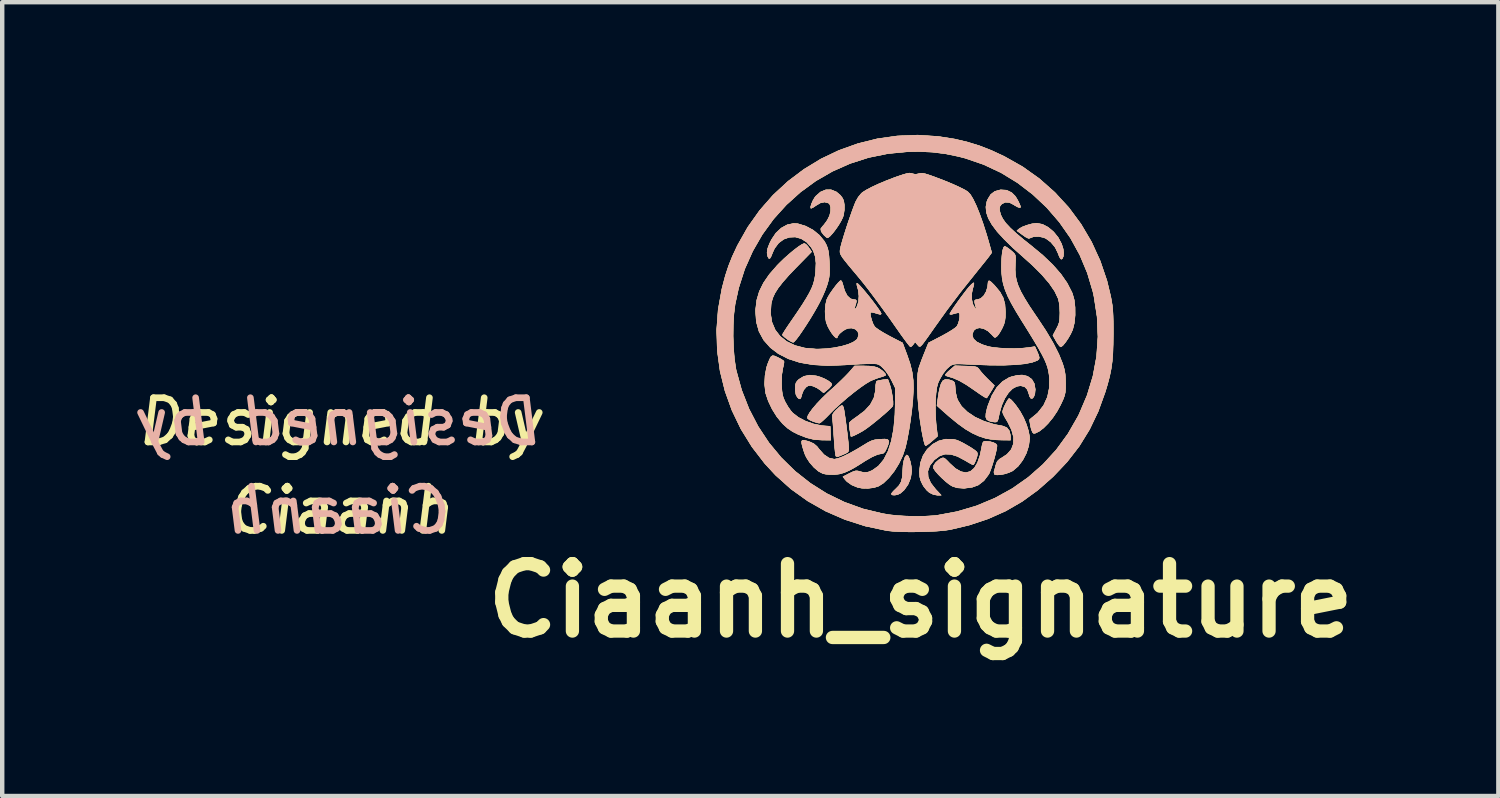
<source format=kicad_pcb>
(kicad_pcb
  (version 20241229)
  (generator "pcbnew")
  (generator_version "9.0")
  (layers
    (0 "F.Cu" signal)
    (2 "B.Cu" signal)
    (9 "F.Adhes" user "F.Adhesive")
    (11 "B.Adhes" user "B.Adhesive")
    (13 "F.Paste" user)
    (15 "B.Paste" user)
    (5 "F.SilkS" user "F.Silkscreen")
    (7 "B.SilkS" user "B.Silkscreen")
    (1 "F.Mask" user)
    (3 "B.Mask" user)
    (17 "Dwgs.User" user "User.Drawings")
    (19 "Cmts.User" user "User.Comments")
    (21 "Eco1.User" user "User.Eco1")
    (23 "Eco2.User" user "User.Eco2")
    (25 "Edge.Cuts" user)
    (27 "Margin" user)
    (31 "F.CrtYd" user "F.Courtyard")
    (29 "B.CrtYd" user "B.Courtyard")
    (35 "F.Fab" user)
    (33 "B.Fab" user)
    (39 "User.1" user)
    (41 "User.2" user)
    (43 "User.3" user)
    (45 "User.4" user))
  (footprint "Ciaanh_signature"
    (layer "F.Cu")
    (at 17.634 4.486)
    (property "Reference" "Ciaanh_signature" (at 0.13 6.04 0) (layer "F.SilkS") (effects (font (size 1.524 1.524) (thickness 0.3))))
    (attr through_hole)
    (fp_poly (pts (xy -0.16 2.765) (xy -0.133 2.819) (xy -0.107 2.898) (xy -0.088 2.991) (xy -0.077 3.086) (xy -0.076 3.117) (xy -0.098 3.268) (xy -0.158 3.416) (xy -0.248 3.543) (xy -0.33 3.614) (xy -0.388 3.642) (xy -0.453 3.656) (xy -0.507 3.654) (xy -0.533 3.635) (xy -0.533 3.631) (xy -0.516 3.6) (xy -0.471 3.552) (xy -0.443 3.526) (xy -0.362 3.443) (xy -0.312 3.358) (xy -0.286 3.254) (xy -0.277 3.119) (xy -0.27 2.99) (xy -0.251 2.879) (xy -0.224 2.796) (xy -0.192 2.753) (xy -0.185 2.75) (xy -0.16 2.765)) (stroke (width 0.01) (type solid)) (fill yes) (layer "F.SilkS"))
    (fp_poly (pts (xy 2.883 -2.464) (xy 3.011 -2.397) (xy 3.131 -2.296) (xy 3.234 -2.17) (xy 3.312 -2.025) (xy 3.349 -1.908) (xy 3.36 -1.82) (xy 3.353 -1.743) (xy 3.331 -1.691) (xy 3.305 -1.676) (xy 3.284 -1.698) (xy 3.256 -1.755) (xy 3.24 -1.8) (xy 3.172 -1.942) (xy 3.075 -2.061) (xy 2.96 -2.146) (xy 2.907 -2.168) (xy 2.793 -2.192) (xy 2.686 -2.188) (xy 2.604 -2.158) (xy 2.598 -2.153) (xy 2.561 -2.15) (xy 2.497 -2.182) (xy 2.436 -2.225) (xy 2.305 -2.321) (xy 2.361 -2.367) (xy 2.432 -2.407) (xy 2.533 -2.445) (xy 2.642 -2.475) (xy 2.739 -2.488) (xy 2.754 -2.489) (xy 2.883 -2.464)) (stroke (width 0.01) (type solid)) (fill yes) (layer "F.SilkS"))
    (fp_poly (pts (xy -2.226 0.963) (xy -2.129 0.992) (xy -2.034 1.033) (xy -1.953 1.079) (xy -1.897 1.123) (xy -1.88 1.155) (xy -1.898 1.191) (xy -1.944 1.242) (xy -1.973 1.267) (xy -2.066 1.344) (xy -2.137 1.284) (xy -2.213 1.233) (xy -2.298 1.194) (xy -2.301 1.193) (xy -2.368 1.176) (xy -2.416 1.184) (xy -2.46 1.212) (xy -2.518 1.28) (xy -2.553 1.366) (xy -2.576 1.446) (xy -2.597 1.481) (xy -2.623 1.477) (xy -2.657 1.445) (xy -2.689 1.388) (xy -2.704 1.303) (xy -2.705 1.253) (xy -2.702 1.167) (xy -2.686 1.112) (xy -2.65 1.066) (xy -2.624 1.041) (xy -2.51 0.971) (xy -2.375 0.945) (xy -2.226 0.963)) (stroke (width 0.01) (type solid)) (fill yes) (layer "F.SilkS"))
    (fp_poly (pts (xy 1.153 0.741) (xy 1.268 0.745) (xy 1.344 0.752) (xy 1.392 0.763) (xy 1.422 0.782) (xy 1.448 0.812) (xy 1.457 0.826) (xy 1.502 0.881) (xy 1.569 0.956) (xy 1.646 1.035) (xy 1.653 1.041) (xy 1.795 1.181) (xy 1.714 1.315) (xy 1.67 1.387) (xy 1.635 1.441) (xy 1.62 1.461) (xy 1.596 1.452) (xy 1.539 1.418) (xy 1.459 1.365) (xy 1.362 1.297) (xy 1.356 1.293) (xy 1.161 1.16) (xy 0.994 1.064) (xy 0.849 1.002) (xy 0.768 0.979) (xy 0.712 0.961) (xy 0.686 0.942) (xy 0.686 0.94) (xy 0.704 0.913) (xy 0.75 0.865) (xy 0.794 0.826) (xy 0.902 0.733) (xy 1.153 0.741)) (stroke (width 0.01) (type solid)) (fill yes) (layer "F.SilkS"))
    (fp_poly (pts (xy -1.636 1.637) (xy -1.619 1.671) (xy -1.615 1.683) (xy -1.604 1.736) (xy -1.59 1.828) (xy -1.572 1.948) (xy -1.554 2.084) (xy -1.536 2.225) (xy -1.52 2.359) (xy -1.508 2.474) (xy -1.5 2.56) (xy -1.499 2.594) (xy -1.499 2.636) (xy -1.506 2.666) (xy -1.528 2.691) (xy -1.574 2.716) (xy -1.651 2.749) (xy -1.744 2.786) (xy -1.782 2.78) (xy -1.789 2.771) (xy -1.796 2.738) (xy -1.806 2.663) (xy -1.816 2.557) (xy -1.826 2.429) (xy -1.83 2.369) (xy -1.839 2.229) (xy -1.849 2.101) (xy -1.857 1.995) (xy -1.864 1.925) (xy -1.865 1.91) (xy -1.867 1.855) (xy -1.848 1.808) (xy -1.8 1.752) (xy -1.774 1.726) (xy -1.705 1.662) (xy -1.662 1.633) (xy -1.636 1.637)) (stroke (width 0.01) (type solid)) (fill yes) (layer "F.SilkS"))
    (fp_poly (pts (xy 0.765 1.048) (xy 0.828 1.067) (xy 0.87 1.085) (xy 0.893 1.113) (xy 0.904 1.163) (xy 0.91 1.247) (xy 0.922 1.352) (xy 0.946 1.456) (xy 0.964 1.507) (xy 1.051 1.649) (xy 1.184 1.778) (xy 1.354 1.892) (xy 1.558 1.986) (xy 1.79 2.058) (xy 1.987 2.096) (xy 2.076 2.132) (xy 2.134 2.207) (xy 2.158 2.314) (xy 2.159 2.336) (xy 2.159 2.413) (xy 1.949 2.411) (xy 1.828 2.406) (xy 1.705 2.392) (xy 1.606 2.374) (xy 1.6 2.373) (xy 1.447 2.323) (xy 1.296 2.254) (xy 1.138 2.161) (xy 0.969 2.039) (xy 0.78 1.884) (xy 0.636 1.758) (xy 0.498 1.633) (xy 0.525 1.432) (xy 0.543 1.322) (xy 0.567 1.218) (xy 0.59 1.142) (xy 0.592 1.137) (xy 0.632 1.07) (xy 0.686 1.042) (xy 0.765 1.048)) (stroke (width 0.01) (type solid)) (fill yes) (layer "F.SilkS"))
    (fp_poly (pts (xy 2.523 0.965) (xy 2.552 0.976) (xy 2.64 1.039) (xy 2.697 1.138) (xy 2.718 1.264) (xy 2.718 1.27) (xy 2.709 1.365) (xy 2.685 1.433) (xy 2.654 1.468) (xy 2.621 1.468) (xy 2.592 1.426) (xy 2.579 1.378) (xy 2.541 1.269) (xy 2.478 1.204) (xy 2.388 1.183) (xy 2.303 1.196) (xy 2.206 1.247) (xy 2.113 1.341) (xy 2.029 1.469) (xy 1.96 1.625) (xy 1.91 1.799) (xy 1.902 1.837) (xy 1.884 1.927) (xy 1.867 1.978) (xy 1.846 2) (xy 1.813 2.005) (xy 1.805 2.005) (xy 1.73 1.994) (xy 1.67 1.977) (xy 1.624 1.947) (xy 1.602 1.894) (xy 1.605 1.813) (xy 1.631 1.697) (xy 1.652 1.628) (xy 1.74 1.405) (xy 1.849 1.225) (xy 1.979 1.09) (xy 2.128 1) (xy 2.187 0.98) (xy 2.319 0.948) (xy 2.426 0.943) (xy 2.523 0.965)) (stroke (width 0.01) (type solid)) (fill yes) (layer "F.SilkS"))
    (fp_poly (pts (xy -1.779 -3.198) (xy -1.686 -3.12) (xy -1.639 -3.056) (xy -1.612 -2.997) (xy -1.598 -2.903) (xy -1.599 -2.788) (xy -1.615 -2.678) (xy -1.63 -2.629) (xy -1.671 -2.543) (xy -1.728 -2.447) (xy -1.794 -2.351) (xy -1.86 -2.265) (xy -1.92 -2.199) (xy -1.967 -2.163) (xy -1.98 -2.159) (xy -2.007 -2.176) (xy -2.052 -2.217) (xy -2.065 -2.23) (xy -2.12 -2.304) (xy -2.129 -2.364) (xy -2.091 -2.416) (xy -2.053 -2.458) (xy -2.004 -2.524) (xy -1.977 -2.564) (xy -1.929 -2.662) (xy -1.905 -2.763) (xy -1.904 -2.853) (xy -1.927 -2.921) (xy -1.954 -2.946) (xy -2.042 -2.97) (xy -2.136 -2.951) (xy -2.234 -2.894) (xy -2.296 -2.852) (xy -2.341 -2.83) (xy -2.354 -2.829) (xy -2.357 -2.863) (xy -2.339 -2.925) (xy -2.307 -2.999) (xy -2.266 -3.069) (xy -2.243 -3.1) (xy -2.135 -3.195) (xy -2.017 -3.244) (xy -1.896 -3.245) (xy -1.779 -3.198)) (stroke (width 0.01) (type solid)) (fill yes) (layer "F.SilkS"))
    (fp_poly (pts (xy -0.575 1.146) (xy -0.549 1.231) (xy -0.527 1.333) (xy -0.509 1.44) (xy -0.498 1.537) (xy -0.497 1.61) (xy -0.503 1.641) (xy -0.535 1.678) (xy -0.599 1.74) (xy -0.685 1.817) (xy -0.786 1.903) (xy -0.892 1.991) (xy -0.995 2.073) (xy -1.086 2.141) (xy -1.156 2.189) (xy -1.161 2.193) (xy -1.254 2.246) (xy -1.338 2.29) (xy -1.404 2.32) (xy -1.443 2.33) (xy -1.448 2.327) (xy -1.452 2.299) (xy -1.463 2.238) (xy -1.472 2.188) (xy -1.484 2.107) (xy -1.487 2.043) (xy -1.483 2.022) (xy -1.456 1.991) (xy -1.398 1.944) (xy -1.32 1.889) (xy -1.309 1.882) (xy -1.134 1.749) (xy -1.007 1.609) (xy -0.927 1.457) (xy -0.892 1.292) (xy -0.89 1.24) (xy -0.885 1.159) (xy -0.875 1.1) (xy -0.866 1.081) (xy -0.828 1.069) (xy -0.76 1.056) (xy -0.729 1.051) (xy -0.616 1.035) (xy -0.575 1.146)) (stroke (width 0.01) (type solid)) (fill yes) (layer "F.SilkS"))
    (fp_poly (pts (xy -1.029 0.741) (xy -0.923 0.754) (xy -0.854 0.772) (xy -0.788 0.809) (xy -0.724 0.858) (xy -0.676 0.908) (xy -0.66 0.942) (xy -0.683 0.957) (xy -0.739 0.978) (xy -0.778 0.989) (xy -0.875 1.02) (xy -0.979 1.062) (xy -1.015 1.079) (xy -1.114 1.138) (xy -1.24 1.225) (xy -1.382 1.333) (xy -1.531 1.453) (xy -1.676 1.579) (xy -1.81 1.701) (xy -1.916 1.807) (xy -2 1.894) (xy -2.075 1.965) (xy -2.131 2.013) (xy -2.162 2.03) (xy -2.162 2.03) (xy -2.206 2.021) (xy -2.276 2) (xy -2.307 1.989) (xy -2.376 1.959) (xy -2.422 1.927) (xy -2.43 1.915) (xy -2.423 1.869) (xy -2.382 1.796) (xy -2.312 1.701) (xy -2.218 1.591) (xy -2.103 1.47) (xy -1.974 1.345) (xy -1.907 1.284) (xy -1.791 1.18) (xy -1.679 1.074) (xy -1.58 0.977) (xy -1.506 0.9) (xy -1.484 0.876) (xy -1.365 0.737) (xy -1.152 0.737) (xy -1.029 0.741)) (stroke (width 0.01) (type solid)) (fill yes) (layer "F.SilkS"))
    (fp_poly (pts (xy 1.694 2.448) (xy 1.777 2.471) (xy 1.835 2.504) (xy 1.854 2.538) (xy 1.846 2.606) (xy 1.824 2.707) (xy 1.792 2.827) (xy 1.755 2.951) (xy 1.717 3.064) (xy 1.683 3.153) (xy 1.665 3.187) (xy 1.557 3.33) (xy 1.428 3.429) (xy 1.296 3.477) (xy 1.112 3.502) (xy 0.956 3.491) (xy 0.847 3.456) (xy 0.781 3.416) (xy 0.698 3.351) (xy 0.61 3.271) (xy 0.527 3.188) (xy 0.461 3.112) (xy 0.422 3.053) (xy 0.417 3.043) (xy 0.424 2.987) (xy 0.468 2.922) (xy 0.539 2.86) (xy 0.586 2.831) (xy 0.622 2.816) (xy 0.652 2.817) (xy 0.689 2.841) (xy 0.743 2.894) (xy 0.783 2.937) (xy 0.916 3.057) (xy 1.039 3.127) (xy 1.152 3.149) (xy 1.253 3.122) (xy 1.341 3.047) (xy 1.414 2.925) (xy 1.472 2.756) (xy 1.5 2.623) (xy 1.518 2.528) (xy 1.534 2.473) (xy 1.553 2.447) (xy 1.582 2.439) (xy 1.598 2.439) (xy 1.694 2.448)) (stroke (width 0.01) (type solid)) (fill yes) (layer "F.SilkS"))
    (fp_poly (pts (xy 2.164 1.494) (xy 2.217 1.549) (xy 2.283 1.631) (xy 2.354 1.732) (xy 2.38 1.772) (xy 2.455 1.907) (xy 2.518 2.057) (xy 2.565 2.206) (xy 2.589 2.337) (xy 2.591 2.377) (xy 2.571 2.54) (xy 2.517 2.708) (xy 2.435 2.866) (xy 2.332 3.002) (xy 2.215 3.102) (xy 2.199 3.112) (xy 2.119 3.148) (xy 2.026 3.177) (xy 1.932 3.195) (xy 1.853 3.199) (xy 1.803 3.189) (xy 1.794 3.18) (xy 1.786 3.134) (xy 1.789 3.12) (xy 1.803 3.075) (xy 1.822 3.004) (xy 1.828 2.978) (xy 1.86 2.896) (xy 1.912 2.844) (xy 1.938 2.829) (xy 2.081 2.736) (xy 2.178 2.625) (xy 2.227 2.496) (xy 2.23 2.349) (xy 2.185 2.183) (xy 2.094 1.998) (xy 2.061 1.944) (xy 2.017 1.868) (xy 1.988 1.803) (xy 1.981 1.772) (xy 1.992 1.725) (xy 2.018 1.658) (xy 2.054 1.584) (xy 2.09 1.519) (xy 2.119 1.479) (xy 2.13 1.473) (xy 2.164 1.494)) (stroke (width 0.01) (type solid)) (fill yes) (layer "F.SilkS"))
    (fp_poly (pts (xy -3.173 0.512) (xy -3.106 0.543) (xy -3.098 0.546) (xy -3.027 0.585) (xy -2.977 0.616) (xy -2.963 0.629) (xy -2.962 0.662) (xy -2.974 0.728) (xy -2.988 0.788) (xy -3.013 0.941) (xy -3.017 1.139) (xy -3.016 1.168) (xy -3.009 1.292) (xy -2.997 1.382) (xy -2.976 1.458) (xy -2.942 1.536) (xy -2.928 1.563) (xy -2.873 1.658) (xy -2.81 1.748) (xy -2.765 1.8) (xy -2.636 1.9) (xy -2.473 1.985) (xy -2.291 2.049) (xy -2.104 2.087) (xy -2.057 2.091) (xy -1.918 2.101) (xy -1.903 2.413) (xy -2.101 2.412) (xy -2.279 2.399) (xy -2.44 2.361) (xy -2.464 2.352) (xy -2.632 2.287) (xy -2.764 2.221) (xy -2.876 2.145) (xy -2.982 2.05) (xy -3.001 2.03) (xy -3.119 1.887) (xy -3.227 1.714) (xy -3.315 1.53) (xy -3.374 1.354) (xy -3.379 1.328) (xy -3.398 1.151) (xy -3.389 0.958) (xy -3.355 0.773) (xy -3.326 0.686) (xy -3.286 0.586) (xy -3.253 0.527) (xy -3.219 0.505) (xy -3.173 0.512)) (stroke (width 0.01) (type solid)) (fill yes) (layer "F.SilkS"))
    (fp_poly (pts (xy 0.864 2.396) (xy 0.937 2.412) (xy 1.002 2.438) (xy 1.09 2.482) (xy 1.187 2.537) (xy 1.281 2.594) (xy 1.356 2.645) (xy 1.398 2.681) (xy 1.412 2.716) (xy 1.405 2.772) (xy 1.382 2.844) (xy 1.353 2.915) (xy 1.328 2.962) (xy 1.316 2.972) (xy 1.286 2.959) (xy 1.226 2.927) (xy 1.146 2.88) (xy 1.13 2.87) (xy 0.959 2.78) (xy 0.81 2.733) (xy 0.678 2.729) (xy 0.558 2.769) (xy 0.445 2.852) (xy 0.429 2.867) (xy 0.334 2.989) (xy 0.29 3.116) (xy 0.297 3.246) (xy 0.354 3.381) (xy 0.462 3.52) (xy 0.463 3.522) (xy 0.592 3.658) (xy 0.503 3.658) (xy 0.417 3.642) (xy 0.332 3.602) (xy 0.328 3.6) (xy 0.265 3.543) (xy 0.201 3.463) (xy 0.172 3.415) (xy 0.132 3.33) (xy 0.11 3.249) (xy 0.103 3.146) (xy 0.102 3.111) (xy 0.124 2.928) (xy 0.184 2.763) (xy 0.277 2.622) (xy 0.398 2.509) (xy 0.54 2.431) (xy 0.697 2.392) (xy 0.864 2.396)) (stroke (width 0.01) (type solid)) (fill yes) (layer "F.SilkS"))
    (fp_poly (pts (xy -0.616 2.402) (xy -0.592 2.437) (xy -0.603 2.502) (xy -0.636 2.588) (xy -0.675 2.667) (xy -0.711 2.707) (xy -0.749 2.718) (xy -0.844 2.736) (xy -0.971 2.792) (xy -1.129 2.883) (xy -1.175 2.913) (xy -1.344 3.019) (xy -1.483 3.096) (xy -1.601 3.148) (xy -1.707 3.178) (xy -1.811 3.191) (xy -1.828 3.192) (xy -1.931 3.191) (xy -2.027 3.181) (xy -2.083 3.168) (xy -2.18 3.117) (xy -2.282 3.03) (xy -2.378 2.921) (xy -2.455 2.802) (xy -2.488 2.73) (xy -2.521 2.634) (xy -2.547 2.545) (xy -2.558 2.496) (xy -2.562 2.444) (xy -2.548 2.418) (xy -2.507 2.416) (xy -2.43 2.437) (xy -2.377 2.454) (xy -2.288 2.495) (xy -2.216 2.557) (xy -2.168 2.618) (xy -2.059 2.742) (xy -1.944 2.818) (xy -1.826 2.845) (xy -1.822 2.845) (xy -1.74 2.829) (xy -1.624 2.784) (xy -1.476 2.712) (xy -1.303 2.615) (xy -1.163 2.53) (xy -1.061 2.468) (xy -0.983 2.43) (xy -0.911 2.408) (xy -0.828 2.397) (xy -0.788 2.394) (xy -0.68 2.39) (xy -0.616 2.402)) (stroke (width 0.01) (type solid)) (fill yes) (layer "F.SilkS"))
    (fp_poly (pts (xy -2.649 -2.478) (xy -2.472 -2.424) (xy -2.305 -2.335) (xy -2.16 -2.217) (xy -2.048 -2.08) (xy -2.004 -1.998) (xy -1.975 -1.923) (xy -1.956 -1.84) (xy -1.944 -1.735) (xy -1.936 -1.595) (xy -1.935 -1.58) (xy -1.932 -1.446) (xy -1.934 -1.344) (xy -1.944 -1.259) (xy -1.964 -1.173) (xy -1.99 -1.085) (xy -2.031 -0.974) (xy -2.089 -0.839) (xy -2.157 -0.7) (xy -2.207 -0.606) (xy -2.288 -0.465) (xy -2.374 -0.322) (xy -2.462 -0.184) (xy -2.546 -0.057) (xy -2.621 0.052) (xy -2.685 0.136) (xy -2.731 0.188) (xy -2.753 0.203) (xy -2.791 0.189) (xy -2.853 0.153) (xy -2.892 0.127) (xy -2.952 0.08) (xy -2.99 0.044) (xy -2.997 0.032) (xy -2.983 0.005) (xy -2.946 -0.055) (xy -2.89 -0.141) (xy -2.821 -0.242) (xy -2.804 -0.267) (xy -2.662 -0.474) (xy -2.547 -0.647) (xy -2.457 -0.792) (xy -2.387 -0.914) (xy -2.334 -1.021) (xy -2.297 -1.117) (xy -2.272 -1.21) (xy -2.255 -1.306) (xy -2.244 -1.409) (xy -2.237 -1.589) (xy -2.253 -1.734) (xy -2.294 -1.858) (xy -2.341 -1.941) (xy -2.447 -2.063) (xy -2.571 -2.142) (xy -2.704 -2.179) (xy -2.839 -2.174) (xy -2.968 -2.129) (xy -3.082 -2.045) (xy -3.175 -1.922) (xy -3.217 -1.831) (xy -3.253 -1.741) (xy -3.28 -1.696) (xy -3.302 -1.694) (xy -3.324 -1.731) (xy -3.328 -1.74) (xy -3.343 -1.82) (xy -3.331 -1.913) (xy -3.288 -2.027) (xy -3.244 -2.116) (xy -3.144 -2.266) (xy -3.022 -2.38) (xy -2.887 -2.454) (xy -2.744 -2.484) (xy -2.649 -2.478)) (stroke (width 0.01) (type solid)) (fill yes) (layer "F.SilkS"))
    (fp_poly (pts (xy 2.057 -1.955) (xy 2.081 -1.94) (xy 2.147 -1.892) (xy 2.213 -1.836) (xy 2.246 -1.803) (xy 2.265 -1.769) (xy 2.273 -1.721) (xy 2.272 -1.646) (xy 2.267 -1.567) (xy 2.264 -1.435) (xy 2.272 -1.313) (xy 2.294 -1.195) (xy 2.334 -1.073) (xy 2.394 -0.941) (xy 2.477 -0.792) (xy 2.585 -0.618) (xy 2.722 -0.414) (xy 2.762 -0.356) (xy 2.964 -0.05) (xy 3.127 0.226) (xy 3.252 0.473) (xy 3.339 0.69) (xy 3.374 0.809) (xy 3.394 0.919) (xy 3.402 1.043) (xy 3.404 1.132) (xy 3.403 1.245) (xy 3.397 1.329) (xy 3.382 1.4) (xy 3.355 1.477) (xy 3.31 1.575) (xy 3.29 1.617) (xy 3.211 1.763) (xy 3.117 1.903) (xy 3.014 2.029) (xy 2.909 2.135) (xy 2.81 2.212) (xy 2.723 2.255) (xy 2.684 2.261) (xy 2.657 2.236) (xy 2.629 2.163) (xy 2.616 2.108) (xy 2.601 2.027) (xy 2.593 1.969) (xy 2.594 1.948) (xy 2.774 1.8) (xy 2.908 1.63) (xy 2.996 1.438) (xy 3.039 1.224) (xy 3.041 1.03) (xy 3.033 0.94) (xy 3.02 0.856) (xy 3 0.772) (xy 2.97 0.684) (xy 2.928 0.586) (xy 2.87 0.472) (xy 2.795 0.337) (xy 2.7 0.177) (xy 2.583 -0.015) (xy 2.441 -0.243) (xy 2.421 -0.274) (xy 2.287 -0.493) (xy 2.18 -0.68) (xy 2.098 -0.841) (xy 2.038 -0.986) (xy 1.996 -1.121) (xy 1.971 -1.255) (xy 1.958 -1.395) (xy 1.956 -1.513) (xy 1.959 -1.637) (xy 1.966 -1.753) (xy 1.977 -1.845) (xy 1.985 -1.883) (xy 2.006 -1.945) (xy 2.025 -1.966) (xy 2.057 -1.955)) (stroke (width 0.01) (type solid)) (fill yes) (layer "F.SilkS"))
    (fp_poly (pts (xy 2.071 -3.236) (xy 2.186 -3.18) (xy 2.261 -3.106) (xy 2.298 -3.05) (xy 2.338 -2.978) (xy 2.37 -2.908) (xy 2.387 -2.86) (xy 2.388 -2.854) (xy 2.369 -2.843) (xy 2.322 -2.857) (xy 2.259 -2.892) (xy 2.235 -2.908) (xy 2.135 -2.96) (xy 2.042 -2.966) (xy 1.962 -2.926) (xy 1.953 -2.918) (xy 1.918 -2.87) (xy 1.91 -2.812) (xy 1.915 -2.764) (xy 1.939 -2.677) (xy 1.984 -2.587) (xy 2.053 -2.491) (xy 2.152 -2.384) (xy 2.284 -2.262) (xy 2.451 -2.121) (xy 2.613 -1.993) (xy 2.886 -1.767) (xy 3.113 -1.551) (xy 3.297 -1.341) (xy 3.441 -1.133) (xy 3.548 -0.924) (xy 3.56 -0.894) (xy 3.599 -0.755) (xy 3.618 -0.587) (xy 3.619 -0.409) (xy 3.602 -0.237) (xy 3.566 -0.092) (xy 3.56 -0.076) (xy 3.517 0.017) (xy 3.462 0.112) (xy 3.404 0.198) (xy 3.35 0.265) (xy 3.308 0.301) (xy 3.295 0.305) (xy 3.267 0.284) (xy 3.226 0.231) (xy 3.192 0.176) (xy 3.119 0.047) (xy 3.198 -0.101) (xy 3.238 -0.181) (xy 3.262 -0.251) (xy 3.273 -0.327) (xy 3.276 -0.431) (xy 3.277 -0.464) (xy 3.272 -0.59) (xy 3.258 -0.704) (xy 3.239 -0.785) (xy 3.161 -0.95) (xy 3.037 -1.131) (xy 2.866 -1.33) (xy 2.648 -1.547) (xy 2.456 -1.719) (xy 2.215 -1.934) (xy 2.017 -2.128) (xy 1.859 -2.301) (xy 1.741 -2.459) (xy 1.66 -2.602) (xy 1.615 -2.734) (xy 1.604 -2.858) (xy 1.625 -2.976) (xy 1.646 -3.029) (xy 1.714 -3.14) (xy 1.805 -3.209) (xy 1.929 -3.243) (xy 1.939 -3.244) (xy 2.071 -3.236)) (stroke (width 0.01) (type solid)) (fill yes) (layer "F.SilkS"))
    (fp_poly (pts (xy -0.086 -3.619) (xy -0.06 -3.61) (xy 0.011 -3.593) (xy 0.085 -3.609) (xy 0.124 -3.619) (xy 0.168 -3.62) (xy 0.226 -3.608) (xy 0.308 -3.583) (xy 0.425 -3.542) (xy 0.457 -3.53) (xy 0.664 -3.451) (xy 0.85 -3.374) (xy 1.006 -3.303) (xy 1.127 -3.242) (xy 1.193 -3.201) (xy 1.251 -3.139) (xy 1.316 -3.031) (xy 1.387 -2.882) (xy 1.462 -2.696) (xy 1.54 -2.477) (xy 1.619 -2.229) (xy 1.664 -2.075) (xy 1.734 -1.825) (xy 1.675 -1.744) (xy 1.639 -1.697) (xy 1.578 -1.62) (xy 1.498 -1.521) (xy 1.407 -1.408) (xy 1.347 -1.333) (xy 1.023 -0.927) (xy 0.72 -0.526) (xy 0.445 -0.142) (xy 0.408 -0.089) (xy 0.329 0.024) (xy 0.257 0.125) (xy 0.198 0.206) (xy 0.159 0.256) (xy 0.151 0.265) (xy 0.117 0.296) (xy 0.091 0.293) (xy 0.055 0.254) (xy 0.053 0.252) (xy 0.003 0.191) (xy -0.038 0.248) (xy -0.075 0.29) (xy -0.101 0.305) (xy -0.121 0.285) (xy -0.166 0.229) (xy -0.229 0.145) (xy -0.307 0.038) (xy -0.394 -0.086) (xy -0.401 -0.096) (xy -0.571 -0.338) (xy -0.739 -0.571) (xy -0.899 -0.789) (xy -1.046 -0.985) (xy -1.176 -1.151) (xy -1.272 -1.268) (xy -1.402 -1.423) (xy -1.503 -1.544) (xy -1.578 -1.637) (xy -1.632 -1.707) (xy -1.666 -1.76) (xy -1.686 -1.8) (xy -1.694 -1.834) (xy -1.694 -1.866) (xy -1.691 -1.893) (xy -1.678 -1.957) (xy -1.651 -2.058) (xy -1.613 -2.186) (xy -1.567 -2.333) (xy -1.517 -2.487) (xy -1.465 -2.638) (xy -1.416 -2.778) (xy -1.372 -2.895) (xy -1.34 -2.975) (xy -1.282 -3.078) (xy -1.213 -3.162) (xy -1.189 -3.184) (xy -1.101 -3.24) (xy -0.974 -3.307) (xy -0.819 -3.379) (xy -0.645 -3.452) (xy -0.463 -3.522) (xy -0.392 -3.547) (xy -0.27 -3.588) (xy -0.186 -3.612) (xy -0.128 -3.622) (xy -0.086 -3.619)) (stroke (width 0.01) (type solid)) (fill yes) (layer "F.SilkS"))
    (fp_poly (pts (xy 1.719 -1.162) (xy 1.784 -1.098) (xy 1.807 -1.073) (xy 1.921 -0.935) (xy 1.994 -0.801) (xy 2.033 -0.655) (xy 2.044 -0.482) (xy 2.041 -0.363) (xy 2.03 -0.276) (xy 2.008 -0.2) (xy 1.974 -0.124) (xy 1.929 -0.04) (xy 1.883 0.03) (xy 1.855 0.063) (xy 1.821 0.089) (xy 1.795 0.087) (xy 1.759 0.052) (xy 1.738 0.028) (xy 1.647 -0.057) (xy 1.553 -0.108) (xy 1.462 -0.126) (xy 1.384 -0.111) (xy 1.326 -0.064) (xy 1.297 0.016) (xy 1.295 0.046) (xy 1.32 0.123) (xy 1.395 0.193) (xy 1.519 0.254) (xy 1.651 0.297) (xy 1.765 0.318) (xy 1.914 0.333) (xy 2.083 0.342) (xy 2.258 0.343) (xy 2.425 0.336) (xy 2.567 0.322) (xy 2.568 0.321) (xy 2.71 0.3) (xy 2.749 0.385) (xy 2.79 0.481) (xy 2.808 0.543) (xy 2.802 0.581) (xy 2.774 0.606) (xy 2.771 0.608) (xy 2.653 0.653) (xy 2.487 0.687) (xy 2.273 0.708) (xy 2.011 0.719) (xy 1.7 0.718) (xy 1.34 0.705) (xy 1.295 0.703) (xy 1.139 0.695) (xy 1.025 0.691) (xy 0.945 0.691) (xy 0.889 0.696) (xy 0.849 0.706) (xy 0.816 0.721) (xy 0.796 0.733) (xy 0.714 0.805) (xy 0.63 0.913) (xy 0.555 1.044) (xy 0.521 1.118) (xy 0.495 1.213) (xy 0.476 1.347) (xy 0.464 1.509) (xy 0.46 1.686) (xy 0.464 1.868) (xy 0.477 2.042) (xy 0.48 2.074) (xy 0.51 2.324) (xy 0.388 2.431) (xy 0.321 2.487) (xy 0.267 2.526) (xy 0.239 2.539) (xy 0.225 2.516) (xy 0.205 2.451) (xy 0.183 2.353) (xy 0.159 2.231) (xy 0.154 2.203) (xy 0.114 1.949) (xy 0.084 1.699) (xy 0.064 1.462) (xy 0.054 1.245) (xy 0.054 1.055) (xy 0.065 0.899) (xy 0.086 0.787) (xy 0.112 0.712) (xy 0.15 0.607) (xy 0.195 0.492) (xy 0.214 0.445) (xy 0.306 0.216) (xy 0.603 0.062) (xy 0.719 -0.002) (xy 0.821 -0.063) (xy 0.9 -0.116) (xy 0.945 -0.155) (xy 0.948 -0.158) (xy 0.977 -0.215) (xy 1 -0.292) (xy 1.013 -0.37) (xy 1.013 -0.434) (xy 1 -0.464) (xy 0.964 -0.465) (xy 0.901 -0.451) (xy 0.883 -0.445) (xy 0.817 -0.428) (xy 0.788 -0.435) (xy 0.787 -0.438) (xy 0.802 -0.469) (xy 0.841 -0.531) (xy 0.898 -0.615) (xy 0.967 -0.713) (xy 1.042 -0.816) (xy 1.116 -0.914) (xy 1.182 -1) (xy 1.227 -1.054) (xy 1.279 -1.108) (xy 1.317 -1.139) (xy 1.33 -1.142) (xy 1.331 -1.112) (xy 1.317 -1.052) (xy 1.305 -1.015) (xy 1.281 -0.899) (xy 1.281 -0.777) (xy 1.304 -0.665) (xy 1.347 -0.582) (xy 1.35 -0.579) (xy 1.384 -0.542) (xy 1.392 -0.544) (xy 1.383 -0.572) (xy 1.364 -0.636) (xy 1.352 -0.692) (xy 1.35 -0.742) (xy 1.376 -0.76) (xy 1.408 -0.762) (xy 1.485 -0.786) (xy 1.555 -0.849) (xy 1.61 -0.943) (xy 1.644 -1.056) (xy 1.651 -1.137) (xy 1.657 -1.179) (xy 1.678 -1.188) (xy 1.719 -1.162)) (stroke (width 0.01) (type solid)) (fill yes) (layer "F.SilkS"))
    (fp_poly (pts (xy 0.525 -4.451) (xy 0.899 -4.392) (xy 1.186 -4.324) (xy 1.458 -4.24) (xy 1.731 -4.133) (xy 2.019 -3.999) (xy 2.433 -3.765) (xy 2.815 -3.493) (xy 3.163 -3.184) (xy 3.477 -2.842) (xy 3.753 -2.469) (xy 3.99 -2.067) (xy 4.186 -1.639) (xy 4.339 -1.189) (xy 4.424 -0.836) (xy 4.444 -0.728) (xy 4.46 -0.629) (xy 4.47 -0.527) (xy 4.477 -0.412) (xy 4.481 -0.273) (xy 4.482 -0.099) (xy 4.482 0) (xy 4.479 0.248) (xy 4.472 0.457) (xy 4.457 0.639) (xy 4.433 0.808) (xy 4.399 0.975) (xy 4.352 1.152) (xy 4.302 1.32) (xy 4.142 1.762) (xy 3.947 2.17) (xy 3.713 2.55) (xy 3.437 2.906) (xy 3.121 3.239) (xy 2.778 3.541) (xy 2.423 3.799) (xy 2.05 4.015) (xy 1.652 4.192) (xy 1.225 4.334) (xy 0.8 4.435) (xy 0.673 4.454) (xy 0.507 4.469) (xy 0.315 4.479) (xy 0.109 4.485) (xy -0.099 4.487) (xy -0.297 4.484) (xy -0.472 4.476) (xy -0.612 4.462) (xy -0.64 4.458) (xy -1.122 4.356) (xy -1.581 4.209) (xy -2.016 4.02) (xy -2.423 3.789) (xy -2.802 3.518) (xy -3.15 3.206) (xy -3.392 2.945) (xy -3.685 2.564) (xy -3.934 2.161) (xy -4.137 1.739) (xy -4.294 1.302) (xy -4.405 0.852) (xy -4.468 0.394) (xy -4.478 0.066) (xy -4.112 0.066) (xy -4.103 0.327) (xy -4.083 0.572) (xy -4.052 0.788) (xy -4.042 0.838) (xy -3.919 1.284) (xy -3.753 1.707) (xy -3.547 2.104) (xy -3.303 2.473) (xy -3.022 2.812) (xy -2.709 3.118) (xy -2.365 3.389) (xy -1.994 3.623) (xy -1.596 3.816) (xy -1.176 3.968) (xy -0.735 4.074) (xy -0.573 4.101) (xy -0.399 4.12) (xy -0.197 4.132) (xy 0.018 4.137) (xy 0.227 4.134) (xy 0.412 4.123) (xy 0.5 4.114) (xy 0.956 4.029) (xy 1.393 3.899) (xy 1.808 3.725) (xy 2.198 3.51) (xy 2.561 3.255) (xy 2.894 2.962) (xy 3.195 2.633) (xy 3.46 2.27) (xy 3.687 1.875) (xy 3.71 1.829) (xy 3.892 1.401) (xy 4.024 0.966) (xy 4.106 0.525) (xy 4.137 0.078) (xy 4.118 -0.373) (xy 4.048 -0.828) (xy 4.024 -0.94) (xy 3.898 -1.364) (xy 3.728 -1.77) (xy 3.517 -2.154) (xy 3.266 -2.513) (xy 2.981 -2.843) (xy 2.663 -3.142) (xy 2.316 -3.407) (xy 1.944 -3.634) (xy 1.549 -3.819) (xy 1.134 -3.961) (xy 0.982 -4) (xy 0.684 -4.061) (xy 0.399 -4.097) (xy 0.107 -4.111) (xy -0.163 -4.107) (xy -0.613 -4.064) (xy -1.049 -3.975) (xy -1.467 -3.841) (xy -1.864 -3.665) (xy -2.239 -3.449) (xy -2.587 -3.196) (xy -2.908 -2.907) (xy -3.197 -2.587) (xy -3.452 -2.236) (xy -3.67 -1.858) (xy -3.85 -1.454) (xy -3.987 -1.027) (xy -4.067 -0.658) (xy -4.094 -0.441) (xy -4.109 -0.195) (xy -4.112 0.066) (xy -4.478 0.066) (xy -4.483 -0.071) (xy -4.448 -0.539) (xy -4.364 -1.006) (xy -4.352 -1.054) (xy -4.286 -1.303) (xy -4.214 -1.523) (xy -4.129 -1.736) (xy -4.023 -1.964) (xy -4.011 -1.989) (xy -3.779 -2.4) (xy -3.51 -2.779) (xy -3.207 -3.125) (xy -2.873 -3.434) (xy -2.511 -3.707) (xy -2.125 -3.942) (xy -1.718 -4.136) (xy -1.293 -4.288) (xy -0.852 -4.398) (xy -0.401 -4.462) (xy 0.06 -4.481) (xy 0.525 -4.451)) (stroke (width 0.01) (type solid)) (fill yes) (layer "F.SilkS"))
    (fp_poly (pts (xy -2.466 -2.013) (xy -2.42 -1.964) (xy -2.402 -1.938) (xy -2.338 -1.845) (xy -2.688 -1.487) (xy -2.858 -1.309) (xy -2.991 -1.157) (xy -3.094 -1.025) (xy -3.168 -0.908) (xy -3.218 -0.799) (xy -3.247 -0.694) (xy -3.252 -0.669) (xy -3.266 -0.45) (xy -3.235 -0.253) (xy -3.162 -0.08) (xy -3.049 0.067) (xy -2.897 0.187) (xy -2.709 0.276) (xy -2.488 0.333) (xy -2.236 0.355) (xy -2.204 0.356) (xy -2.014 0.348) (xy -1.83 0.326) (xy -1.661 0.293) (xy -1.513 0.25) (xy -1.397 0.2) (xy -1.318 0.144) (xy -1.296 0.115) (xy -1.272 0.03) (xy -1.292 -0.043) (xy -1.348 -0.096) (xy -1.433 -0.121) (xy -1.51 -0.116) (xy -1.575 -0.091) (xy -1.645 -0.046) (xy -1.708 0.008) (xy -1.746 0.059) (xy -1.753 0.08) (xy -1.764 0.106) (xy -1.793 0.095) (xy -1.834 0.055) (xy -1.882 -0.007) (xy -1.93 -0.083) (xy -1.973 -0.165) (xy -2.004 -0.246) (xy -2.007 -0.256) (xy -2.027 -0.371) (xy -2.031 -0.508) (xy -2.02 -0.646) (xy -1.995 -0.758) (xy -1.994 -0.761) (xy -1.965 -0.822) (xy -1.917 -0.902) (xy -1.857 -0.988) (xy -1.795 -1.071) (xy -1.738 -1.14) (xy -1.694 -1.184) (xy -1.675 -1.194) (xy -1.654 -1.172) (xy -1.637 -1.124) (xy -1.59 -0.961) (xy -1.53 -0.847) (xy -1.456 -0.781) (xy -1.379 -0.762) (xy -1.338 -0.757) (xy -1.324 -0.736) (xy -1.333 -0.685) (xy -1.349 -0.637) (xy -1.367 -0.57) (xy -1.361 -0.544) (xy -1.337 -0.563) (xy -1.307 -0.612) (xy -1.275 -0.716) (xy -1.266 -0.844) (xy -1.281 -0.975) (xy -1.295 -1.027) (xy -1.312 -1.09) (xy -1.315 -1.129) (xy -1.313 -1.133) (xy -1.292 -1.122) (xy -1.246 -1.077) (xy -1.183 -1.007) (xy -1.108 -0.918) (xy -1.028 -0.82) (xy -0.949 -0.718) (xy -0.877 -0.622) (xy -0.818 -0.539) (xy -0.777 -0.476) (xy -0.763 -0.441) (xy -0.782 -0.429) (xy -0.844 -0.443) (xy -0.875 -0.453) (xy -0.945 -0.474) (xy -0.994 -0.48) (xy -1.005 -0.477) (xy -1.011 -0.441) (xy -1 -0.374) (xy -0.978 -0.294) (xy -0.949 -0.216) (xy -0.916 -0.156) (xy -0.915 -0.154) (xy -0.875 -0.118) (xy -0.8 -0.066) (xy -0.7 -0.005) (xy -0.585 0.058) (xy -0.575 0.064) (xy -0.281 0.216) (xy -0.178 0.493) (xy -0.11 0.693) (xy -0.065 0.876) (xy -0.041 1.059) (xy -0.036 1.258) (xy -0.048 1.489) (xy -0.049 1.504) (xy -0.071 1.723) (xy -0.101 1.956) (xy -0.137 2.187) (xy -0.176 2.399) (xy -0.216 2.577) (xy -0.216 2.578) (xy -0.278 2.763) (xy -0.365 2.945) (xy -0.471 3.116) (xy -0.59 3.265) (xy -0.713 3.383) (xy -0.821 3.452) (xy -0.93 3.487) (xy -1.063 3.503) (xy -1.199 3.5) (xy -1.296 3.481) (xy -1.429 3.426) (xy -1.536 3.35) (xy -1.574 3.31) (xy -1.628 3.241) (xy -1.482 3.167) (xy -1.397 3.126) (xy -1.34 3.109) (xy -1.293 3.11) (xy -1.256 3.121) (xy -1.152 3.147) (xy -1.058 3.137) (xy -0.967 3.1) (xy -0.825 2.999) (xy -0.705 2.854) (xy -0.608 2.664) (xy -0.533 2.432) (xy -0.481 2.158) (xy -0.453 1.844) (xy -0.447 1.638) (xy -0.445 1.232) (xy -0.527 1.064) (xy -0.585 0.96) (xy -0.655 0.859) (xy -0.714 0.791) (xy -0.769 0.738) (xy -0.813 0.706) (xy -0.862 0.691) (xy -0.933 0.686) (xy -1.013 0.686) (xy -1.11 0.688) (xy -1.242 0.693) (xy -1.394 0.701) (xy -1.551 0.711) (xy -1.595 0.714) (xy -1.968 0.728) (xy -2.302 0.709) (xy -2.6 0.659) (xy -2.861 0.575) (xy -3.087 0.459) (xy -3.269 0.321) (xy -3.419 0.151) (xy -3.525 -0.043) (xy -3.586 -0.262) (xy -3.603 -0.504) (xy -3.601 -0.542) (xy -3.576 -0.751) (xy -3.518 -0.948) (xy -3.424 -1.139) (xy -3.291 -1.333) (xy -3.115 -1.535) (xy -3.061 -1.59) (xy -2.954 -1.694) (xy -2.842 -1.793) (xy -2.734 -1.883) (xy -2.636 -1.957) (xy -2.558 -2.008) (xy -2.506 -2.031) (xy -2.5 -2.032) (xy -2.466 -2.013)) (stroke (width 0.01) (type solid)) (fill yes) (layer "F.SilkS"))
    (fp_poly (pts (xy -0.16 2.765) (xy -0.133 2.819) (xy -0.107 2.898) (xy -0.088 2.991) (xy -0.077 3.086) (xy -0.076 3.117) (xy -0.098 3.268) (xy -0.158 3.416) (xy -0.248 3.543) (xy -0.33 3.614) (xy -0.388 3.642) (xy -0.453 3.656) (xy -0.507 3.654) (xy -0.533 3.635) (xy -0.533 3.631) (xy -0.516 3.6) (xy -0.471 3.552) (xy -0.443 3.526) (xy -0.362 3.443) (xy -0.312 3.358) (xy -0.286 3.254) (xy -0.277 3.119) (xy -0.27 2.99) (xy -0.251 2.879) (xy -0.224 2.796) (xy -0.192 2.753) (xy -0.185 2.75) (xy -0.16 2.765)) (stroke (width 0.01) (type solid)) (fill yes) (layer "B.SilkS"))
    (fp_poly (pts (xy 2.883 -2.464) (xy 3.011 -2.397) (xy 3.131 -2.296) (xy 3.234 -2.17) (xy 3.312 -2.025) (xy 3.349 -1.908) (xy 3.36 -1.82) (xy 3.353 -1.743) (xy 3.331 -1.691) (xy 3.305 -1.676) (xy 3.284 -1.698) (xy 3.256 -1.755) (xy 3.24 -1.8) (xy 3.172 -1.942) (xy 3.075 -2.061) (xy 2.96 -2.146) (xy 2.907 -2.168) (xy 2.793 -2.192) (xy 2.686 -2.188) (xy 2.604 -2.158) (xy 2.598 -2.153) (xy 2.561 -2.15) (xy 2.497 -2.182) (xy 2.436 -2.225) (xy 2.305 -2.321) (xy 2.361 -2.367) (xy 2.432 -2.407) (xy 2.533 -2.445) (xy 2.642 -2.475) (xy 2.739 -2.488) (xy 2.754 -2.489) (xy 2.883 -2.464)) (stroke (width 0.01) (type solid)) (fill yes) (layer "B.SilkS"))
    (fp_poly (pts (xy -2.226 0.963) (xy -2.129 0.992) (xy -2.034 1.033) (xy -1.953 1.079) (xy -1.897 1.123) (xy -1.88 1.155) (xy -1.898 1.191) (xy -1.944 1.242) (xy -1.973 1.267) (xy -2.066 1.344) (xy -2.137 1.284) (xy -2.213 1.233) (xy -2.298 1.194) (xy -2.301 1.193) (xy -2.368 1.176) (xy -2.416 1.184) (xy -2.46 1.212) (xy -2.518 1.28) (xy -2.553 1.366) (xy -2.576 1.446) (xy -2.597 1.481) (xy -2.623 1.477) (xy -2.657 1.445) (xy -2.689 1.388) (xy -2.704 1.303) (xy -2.705 1.253) (xy -2.702 1.167) (xy -2.686 1.112) (xy -2.65 1.066) (xy -2.624 1.041) (xy -2.51 0.971) (xy -2.375 0.945) (xy -2.226 0.963)) (stroke (width 0.01) (type solid)) (fill yes) (layer "B.SilkS"))
    (fp_poly (pts (xy 1.153 0.741) (xy 1.268 0.745) (xy 1.344 0.752) (xy 1.392 0.763) (xy 1.422 0.782) (xy 1.448 0.812) (xy 1.457 0.826) (xy 1.502 0.881) (xy 1.569 0.956) (xy 1.646 1.035) (xy 1.653 1.041) (xy 1.795 1.181) (xy 1.714 1.315) (xy 1.67 1.387) (xy 1.635 1.441) (xy 1.62 1.461) (xy 1.596 1.452) (xy 1.539 1.418) (xy 1.459 1.365) (xy 1.362 1.297) (xy 1.356 1.293) (xy 1.161 1.16) (xy 0.994 1.064) (xy 0.849 1.002) (xy 0.768 0.979) (xy 0.712 0.961) (xy 0.686 0.942) (xy 0.686 0.94) (xy 0.704 0.913) (xy 0.75 0.865) (xy 0.794 0.826) (xy 0.902 0.733) (xy 1.153 0.741)) (stroke (width 0.01) (type solid)) (fill yes) (layer "B.SilkS"))
    (fp_poly (pts (xy -1.636 1.637) (xy -1.619 1.671) (xy -1.615 1.683) (xy -1.604 1.736) (xy -1.59 1.828) (xy -1.572 1.948) (xy -1.554 2.084) (xy -1.536 2.225) (xy -1.52 2.359) (xy -1.508 2.474) (xy -1.5 2.56) (xy -1.499 2.594) (xy -1.499 2.636) (xy -1.506 2.666) (xy -1.528 2.691) (xy -1.574 2.716) (xy -1.651 2.749) (xy -1.744 2.786) (xy -1.782 2.78) (xy -1.789 2.771) (xy -1.796 2.738) (xy -1.806 2.663) (xy -1.816 2.557) (xy -1.826 2.429) (xy -1.83 2.369) (xy -1.839 2.229) (xy -1.849 2.101) (xy -1.857 1.995) (xy -1.864 1.925) (xy -1.865 1.91) (xy -1.867 1.855) (xy -1.848 1.808) (xy -1.8 1.752) (xy -1.774 1.726) (xy -1.705 1.662) (xy -1.662 1.633) (xy -1.636 1.637)) (stroke (width 0.01) (type solid)) (fill yes) (layer "B.SilkS"))
    (fp_poly (pts (xy 0.765 1.048) (xy 0.828 1.067) (xy 0.87 1.085) (xy 0.893 1.113) (xy 0.904 1.163) (xy 0.91 1.247) (xy 0.922 1.352) (xy 0.946 1.456) (xy 0.964 1.507) (xy 1.051 1.649) (xy 1.184 1.778) (xy 1.354 1.892) (xy 1.558 1.986) (xy 1.79 2.058) (xy 1.987 2.096) (xy 2.076 2.132) (xy 2.134 2.207) (xy 2.158 2.314) (xy 2.159 2.336) (xy 2.159 2.413) (xy 1.949 2.411) (xy 1.828 2.406) (xy 1.705 2.392) (xy 1.606 2.374) (xy 1.6 2.373) (xy 1.447 2.323) (xy 1.296 2.254) (xy 1.138 2.161) (xy 0.969 2.039) (xy 0.78 1.884) (xy 0.636 1.758) (xy 0.498 1.633) (xy 0.525 1.432) (xy 0.543 1.322) (xy 0.567 1.218) (xy 0.59 1.142) (xy 0.592 1.137) (xy 0.632 1.07) (xy 0.686 1.042) (xy 0.765 1.048)) (stroke (width 0.01) (type solid)) (fill yes) (layer "B.SilkS"))
    (fp_poly (pts (xy 2.523 0.965) (xy 2.552 0.976) (xy 2.64 1.039) (xy 2.697 1.138) (xy 2.718 1.264) (xy 2.718 1.27) (xy 2.709 1.365) (xy 2.685 1.433) (xy 2.654 1.468) (xy 2.621 1.468) (xy 2.592 1.426) (xy 2.579 1.378) (xy 2.541 1.269) (xy 2.478 1.204) (xy 2.388 1.183) (xy 2.303 1.196) (xy 2.206 1.247) (xy 2.113 1.341) (xy 2.029 1.469) (xy 1.96 1.625) (xy 1.91 1.799) (xy 1.902 1.837) (xy 1.884 1.927) (xy 1.867 1.978) (xy 1.846 2) (xy 1.813 2.005) (xy 1.805 2.005) (xy 1.73 1.994) (xy 1.67 1.977) (xy 1.624 1.947) (xy 1.602 1.894) (xy 1.605 1.813) (xy 1.631 1.697) (xy 1.652 1.628) (xy 1.74 1.405) (xy 1.849 1.225) (xy 1.979 1.09) (xy 2.128 1) (xy 2.187 0.98) (xy 2.319 0.948) (xy 2.426 0.943) (xy 2.523 0.965)) (stroke (width 0.01) (type solid)) (fill yes) (layer "B.SilkS"))
    (fp_poly (pts (xy -1.779 -3.198) (xy -1.686 -3.12) (xy -1.639 -3.056) (xy -1.612 -2.997) (xy -1.598 -2.903) (xy -1.599 -2.788) (xy -1.615 -2.678) (xy -1.63 -2.629) (xy -1.671 -2.543) (xy -1.728 -2.447) (xy -1.794 -2.351) (xy -1.86 -2.265) (xy -1.92 -2.199) (xy -1.967 -2.163) (xy -1.98 -2.159) (xy -2.007 -2.176) (xy -2.052 -2.217) (xy -2.065 -2.23) (xy -2.12 -2.304) (xy -2.129 -2.364) (xy -2.091 -2.416) (xy -2.053 -2.458) (xy -2.004 -2.524) (xy -1.977 -2.564) (xy -1.929 -2.662) (xy -1.905 -2.763) (xy -1.904 -2.853) (xy -1.927 -2.921) (xy -1.954 -2.946) (xy -2.042 -2.97) (xy -2.136 -2.951) (xy -2.234 -2.894) (xy -2.296 -2.852) (xy -2.341 -2.83) (xy -2.354 -2.829) (xy -2.357 -2.863) (xy -2.339 -2.925) (xy -2.307 -2.999) (xy -2.266 -3.069) (xy -2.243 -3.1) (xy -2.135 -3.195) (xy -2.017 -3.244) (xy -1.896 -3.245) (xy -1.779 -3.198)) (stroke (width 0.01) (type solid)) (fill yes) (layer "B.SilkS"))
    (fp_poly (pts (xy -0.575 1.146) (xy -0.549 1.231) (xy -0.527 1.333) (xy -0.509 1.44) (xy -0.498 1.537) (xy -0.497 1.61) (xy -0.503 1.641) (xy -0.535 1.678) (xy -0.599 1.74) (xy -0.685 1.817) (xy -0.786 1.903) (xy -0.892 1.991) (xy -0.995 2.073) (xy -1.086 2.141) (xy -1.156 2.189) (xy -1.161 2.193) (xy -1.254 2.246) (xy -1.338 2.29) (xy -1.404 2.32) (xy -1.443 2.33) (xy -1.448 2.327) (xy -1.452 2.299) (xy -1.463 2.238) (xy -1.472 2.188) (xy -1.484 2.107) (xy -1.487 2.043) (xy -1.483 2.022) (xy -1.456 1.991) (xy -1.398 1.944) (xy -1.32 1.889) (xy -1.309 1.882) (xy -1.134 1.749) (xy -1.007 1.609) (xy -0.927 1.457) (xy -0.892 1.292) (xy -0.89 1.24) (xy -0.885 1.159) (xy -0.875 1.1) (xy -0.866 1.081) (xy -0.828 1.069) (xy -0.76 1.056) (xy -0.729 1.051) (xy -0.616 1.035) (xy -0.575 1.146)) (stroke (width 0.01) (type solid)) (fill yes) (layer "B.SilkS"))
    (fp_poly (pts (xy -1.029 0.741) (xy -0.923 0.754) (xy -0.854 0.772) (xy -0.788 0.809) (xy -0.724 0.858) (xy -0.676 0.908) (xy -0.66 0.942) (xy -0.683 0.957) (xy -0.739 0.978) (xy -0.778 0.989) (xy -0.875 1.02) (xy -0.979 1.062) (xy -1.015 1.079) (xy -1.114 1.138) (xy -1.24 1.225) (xy -1.382 1.333) (xy -1.531 1.453) (xy -1.676 1.579) (xy -1.81 1.701) (xy -1.916 1.807) (xy -2 1.894) (xy -2.075 1.965) (xy -2.131 2.013) (xy -2.162 2.03) (xy -2.162 2.03) (xy -2.206 2.021) (xy -2.276 2) (xy -2.307 1.989) (xy -2.376 1.959) (xy -2.422 1.927) (xy -2.43 1.915) (xy -2.423 1.869) (xy -2.382 1.796) (xy -2.312 1.701) (xy -2.218 1.591) (xy -2.103 1.47) (xy -1.974 1.345) (xy -1.907 1.284) (xy -1.791 1.18) (xy -1.679 1.074) (xy -1.58 0.977) (xy -1.506 0.9) (xy -1.484 0.876) (xy -1.365 0.737) (xy -1.152 0.737) (xy -1.029 0.741)) (stroke (width 0.01) (type solid)) (fill yes) (layer "B.SilkS"))
    (fp_poly (pts (xy 1.694 2.448) (xy 1.777 2.471) (xy 1.835 2.504) (xy 1.854 2.538) (xy 1.846 2.606) (xy 1.824 2.707) (xy 1.792 2.827) (xy 1.755 2.951) (xy 1.717 3.064) (xy 1.683 3.153) (xy 1.665 3.187) (xy 1.557 3.33) (xy 1.428 3.429) (xy 1.296 3.477) (xy 1.112 3.502) (xy 0.956 3.491) (xy 0.847 3.456) (xy 0.781 3.416) (xy 0.698 3.351) (xy 0.61 3.271) (xy 0.527 3.188) (xy 0.461 3.112) (xy 0.422 3.053) (xy 0.417 3.043) (xy 0.424 2.987) (xy 0.468 2.922) (xy 0.539 2.86) (xy 0.586 2.831) (xy 0.622 2.816) (xy 0.652 2.817) (xy 0.689 2.841) (xy 0.743 2.894) (xy 0.783 2.937) (xy 0.916 3.057) (xy 1.039 3.127) (xy 1.152 3.149) (xy 1.253 3.122) (xy 1.341 3.047) (xy 1.414 2.925) (xy 1.472 2.756) (xy 1.5 2.623) (xy 1.518 2.528) (xy 1.534 2.473) (xy 1.553 2.447) (xy 1.582 2.439) (xy 1.598 2.439) (xy 1.694 2.448)) (stroke (width 0.01) (type solid)) (fill yes) (layer "B.SilkS"))
    (fp_poly (pts (xy 2.164 1.494) (xy 2.217 1.549) (xy 2.283 1.631) (xy 2.354 1.732) (xy 2.38 1.772) (xy 2.455 1.907) (xy 2.518 2.057) (xy 2.565 2.206) (xy 2.589 2.337) (xy 2.591 2.377) (xy 2.571 2.54) (xy 2.517 2.708) (xy 2.435 2.866) (xy 2.332 3.002) (xy 2.215 3.102) (xy 2.199 3.112) (xy 2.119 3.148) (xy 2.026 3.177) (xy 1.932 3.195) (xy 1.853 3.199) (xy 1.803 3.189) (xy 1.794 3.18) (xy 1.786 3.134) (xy 1.789 3.12) (xy 1.803 3.075) (xy 1.822 3.004) (xy 1.828 2.978) (xy 1.86 2.896) (xy 1.912 2.844) (xy 1.938 2.829) (xy 2.081 2.736) (xy 2.178 2.625) (xy 2.227 2.496) (xy 2.23 2.349) (xy 2.185 2.183) (xy 2.094 1.998) (xy 2.061 1.944) (xy 2.017 1.868) (xy 1.988 1.803) (xy 1.981 1.772) (xy 1.992 1.725) (xy 2.018 1.658) (xy 2.054 1.584) (xy 2.09 1.519) (xy 2.119 1.479) (xy 2.13 1.473) (xy 2.164 1.494)) (stroke (width 0.01) (type solid)) (fill yes) (layer "B.SilkS"))
    (fp_poly (pts (xy -3.173 0.512) (xy -3.106 0.543) (xy -3.098 0.546) (xy -3.027 0.585) (xy -2.977 0.616) (xy -2.963 0.629) (xy -2.962 0.662) (xy -2.974 0.728) (xy -2.988 0.788) (xy -3.013 0.941) (xy -3.017 1.139) (xy -3.016 1.168) (xy -3.009 1.292) (xy -2.997 1.382) (xy -2.976 1.458) (xy -2.942 1.536) (xy -2.928 1.563) (xy -2.873 1.658) (xy -2.81 1.748) (xy -2.765 1.8) (xy -2.636 1.9) (xy -2.473 1.985) (xy -2.291 2.049) (xy -2.104 2.087) (xy -2.057 2.091) (xy -1.918 2.101) (xy -1.903 2.413) (xy -2.101 2.412) (xy -2.279 2.399) (xy -2.44 2.361) (xy -2.464 2.352) (xy -2.632 2.287) (xy -2.764 2.221) (xy -2.876 2.145) (xy -2.982 2.05) (xy -3.001 2.03) (xy -3.119 1.887) (xy -3.227 1.714) (xy -3.315 1.53) (xy -3.374 1.354) (xy -3.379 1.328) (xy -3.398 1.151) (xy -3.389 0.958) (xy -3.355 0.773) (xy -3.326 0.686) (xy -3.286 0.586) (xy -3.253 0.527) (xy -3.219 0.505) (xy -3.173 0.512)) (stroke (width 0.01) (type solid)) (fill yes) (layer "B.SilkS"))
    (fp_poly (pts (xy 0.864 2.396) (xy 0.937 2.412) (xy 1.002 2.438) (xy 1.09 2.482) (xy 1.187 2.537) (xy 1.281 2.594) (xy 1.356 2.645) (xy 1.398 2.681) (xy 1.412 2.716) (xy 1.405 2.772) (xy 1.382 2.844) (xy 1.353 2.915) (xy 1.328 2.962) (xy 1.316 2.972) (xy 1.286 2.959) (xy 1.226 2.927) (xy 1.146 2.88) (xy 1.13 2.87) (xy 0.959 2.78) (xy 0.81 2.733) (xy 0.678 2.729) (xy 0.558 2.769) (xy 0.445 2.852) (xy 0.429 2.867) (xy 0.334 2.989) (xy 0.29 3.116) (xy 0.297 3.246) (xy 0.354 3.381) (xy 0.462 3.52) (xy 0.463 3.522) (xy 0.592 3.658) (xy 0.503 3.658) (xy 0.417 3.642) (xy 0.332 3.602) (xy 0.328 3.6) (xy 0.265 3.543) (xy 0.201 3.463) (xy 0.172 3.415) (xy 0.132 3.33) (xy 0.11 3.249) (xy 0.103 3.146) (xy 0.102 3.111) (xy 0.124 2.928) (xy 0.184 2.763) (xy 0.277 2.622) (xy 0.398 2.509) (xy 0.54 2.431) (xy 0.697 2.392) (xy 0.864 2.396)) (stroke (width 0.01) (type solid)) (fill yes) (layer "B.SilkS"))
    (fp_poly (pts (xy -0.616 2.402) (xy -0.592 2.437) (xy -0.603 2.502) (xy -0.636 2.588) (xy -0.675 2.667) (xy -0.711 2.707) (xy -0.749 2.718) (xy -0.844 2.736) (xy -0.971 2.792) (xy -1.129 2.883) (xy -1.175 2.913) (xy -1.344 3.019) (xy -1.483 3.096) (xy -1.601 3.148) (xy -1.707 3.178) (xy -1.811 3.191) (xy -1.828 3.192) (xy -1.931 3.191) (xy -2.027 3.181) (xy -2.083 3.168) (xy -2.18 3.117) (xy -2.282 3.03) (xy -2.378 2.921) (xy -2.455 2.802) (xy -2.488 2.73) (xy -2.521 2.634) (xy -2.547 2.545) (xy -2.558 2.496) (xy -2.562 2.444) (xy -2.548 2.418) (xy -2.507 2.416) (xy -2.43 2.437) (xy -2.377 2.454) (xy -2.288 2.495) (xy -2.216 2.557) (xy -2.168 2.618) (xy -2.059 2.742) (xy -1.944 2.818) (xy -1.826 2.845) (xy -1.822 2.845) (xy -1.74 2.829) (xy -1.624 2.784) (xy -1.476 2.712) (xy -1.303 2.615) (xy -1.163 2.53) (xy -1.061 2.468) (xy -0.983 2.43) (xy -0.911 2.408) (xy -0.828 2.397) (xy -0.788 2.394) (xy -0.68 2.39) (xy -0.616 2.402)) (stroke (width 0.01) (type solid)) (fill yes) (layer "B.SilkS"))
    (fp_poly (pts (xy -2.649 -2.478) (xy -2.472 -2.424) (xy -2.305 -2.335) (xy -2.16 -2.217) (xy -2.048 -2.08) (xy -2.004 -1.998) (xy -1.975 -1.923) (xy -1.956 -1.84) (xy -1.944 -1.735) (xy -1.936 -1.595) (xy -1.935 -1.58) (xy -1.932 -1.446) (xy -1.934 -1.344) (xy -1.944 -1.259) (xy -1.964 -1.173) (xy -1.99 -1.085) (xy -2.031 -0.974) (xy -2.089 -0.839) (xy -2.157 -0.7) (xy -2.207 -0.606) (xy -2.288 -0.465) (xy -2.374 -0.322) (xy -2.462 -0.184) (xy -2.546 -0.057) (xy -2.621 0.052) (xy -2.685 0.136) (xy -2.731 0.188) (xy -2.753 0.203) (xy -2.791 0.189) (xy -2.853 0.153) (xy -2.892 0.127) (xy -2.952 0.08) (xy -2.99 0.044) (xy -2.997 0.032) (xy -2.983 0.005) (xy -2.946 -0.055) (xy -2.89 -0.141) (xy -2.821 -0.242) (xy -2.804 -0.267) (xy -2.662 -0.474) (xy -2.547 -0.647) (xy -2.457 -0.792) (xy -2.387 -0.914) (xy -2.334 -1.021) (xy -2.297 -1.117) (xy -2.272 -1.21) (xy -2.255 -1.306) (xy -2.244 -1.409) (xy -2.237 -1.589) (xy -2.253 -1.734) (xy -2.294 -1.858) (xy -2.341 -1.941) (xy -2.447 -2.063) (xy -2.571 -2.142) (xy -2.704 -2.179) (xy -2.839 -2.174) (xy -2.968 -2.129) (xy -3.082 -2.045) (xy -3.175 -1.922) (xy -3.217 -1.831) (xy -3.253 -1.741) (xy -3.28 -1.696) (xy -3.302 -1.694) (xy -3.324 -1.731) (xy -3.328 -1.74) (xy -3.343 -1.82) (xy -3.331 -1.913) (xy -3.288 -2.027) (xy -3.244 -2.116) (xy -3.144 -2.266) (xy -3.022 -2.38) (xy -2.887 -2.454) (xy -2.744 -2.484) (xy -2.649 -2.478)) (stroke (width 0.01) (type solid)) (fill yes) (layer "B.SilkS"))
    (fp_poly (pts (xy 2.057 -1.955) (xy 2.081 -1.94) (xy 2.147 -1.892) (xy 2.213 -1.836) (xy 2.246 -1.803) (xy 2.265 -1.769) (xy 2.273 -1.721) (xy 2.272 -1.646) (xy 2.267 -1.567) (xy 2.264 -1.435) (xy 2.272 -1.313) (xy 2.294 -1.195) (xy 2.334 -1.073) (xy 2.394 -0.941) (xy 2.477 -0.792) (xy 2.585 -0.618) (xy 2.722 -0.414) (xy 2.762 -0.356) (xy 2.964 -0.05) (xy 3.127 0.226) (xy 3.252 0.473) (xy 3.339 0.69) (xy 3.374 0.809) (xy 3.394 0.919) (xy 3.402 1.043) (xy 3.404 1.132) (xy 3.403 1.245) (xy 3.397 1.329) (xy 3.382 1.4) (xy 3.355 1.477) (xy 3.31 1.575) (xy 3.29 1.617) (xy 3.211 1.763) (xy 3.117 1.903) (xy 3.014 2.029) (xy 2.909 2.135) (xy 2.81 2.212) (xy 2.723 2.255) (xy 2.684 2.261) (xy 2.657 2.236) (xy 2.629 2.163) (xy 2.616 2.108) (xy 2.601 2.027) (xy 2.593 1.969) (xy 2.594 1.948) (xy 2.774 1.8) (xy 2.908 1.63) (xy 2.996 1.438) (xy 3.039 1.224) (xy 3.041 1.03) (xy 3.033 0.94) (xy 3.02 0.856) (xy 3 0.772) (xy 2.97 0.684) (xy 2.928 0.586) (xy 2.87 0.472) (xy 2.795 0.337) (xy 2.7 0.177) (xy 2.583 -0.015) (xy 2.441 -0.243) (xy 2.421 -0.274) (xy 2.287 -0.493) (xy 2.18 -0.68) (xy 2.098 -0.841) (xy 2.038 -0.986) (xy 1.996 -1.121) (xy 1.971 -1.255) (xy 1.958 -1.395) (xy 1.956 -1.513) (xy 1.959 -1.637) (xy 1.966 -1.753) (xy 1.977 -1.845) (xy 1.985 -1.883) (xy 2.006 -1.945) (xy 2.025 -1.966) (xy 2.057 -1.955)) (stroke (width 0.01) (type solid)) (fill yes) (layer "B.SilkS"))
    (fp_poly (pts (xy 2.071 -3.236) (xy 2.186 -3.18) (xy 2.261 -3.106) (xy 2.298 -3.05) (xy 2.338 -2.978) (xy 2.37 -2.908) (xy 2.387 -2.86) (xy 2.388 -2.854) (xy 2.369 -2.843) (xy 2.322 -2.857) (xy 2.259 -2.892) (xy 2.235 -2.908) (xy 2.135 -2.96) (xy 2.042 -2.966) (xy 1.962 -2.926) (xy 1.953 -2.918) (xy 1.918 -2.87) (xy 1.91 -2.812) (xy 1.915 -2.764) (xy 1.939 -2.677) (xy 1.984 -2.587) (xy 2.053 -2.491) (xy 2.152 -2.384) (xy 2.284 -2.262) (xy 2.451 -2.121) (xy 2.613 -1.993) (xy 2.886 -1.767) (xy 3.113 -1.551) (xy 3.297 -1.341) (xy 3.441 -1.133) (xy 3.548 -0.924) (xy 3.56 -0.894) (xy 3.599 -0.755) (xy 3.618 -0.587) (xy 3.619 -0.409) (xy 3.602 -0.237) (xy 3.566 -0.092) (xy 3.56 -0.076) (xy 3.517 0.017) (xy 3.462 0.112) (xy 3.404 0.198) (xy 3.35 0.265) (xy 3.308 0.301) (xy 3.295 0.305) (xy 3.267 0.284) (xy 3.226 0.231) (xy 3.192 0.176) (xy 3.119 0.047) (xy 3.198 -0.101) (xy 3.238 -0.181) (xy 3.262 -0.251) (xy 3.273 -0.327) (xy 3.276 -0.431) (xy 3.277 -0.464) (xy 3.272 -0.59) (xy 3.258 -0.704) (xy 3.239 -0.785) (xy 3.161 -0.95) (xy 3.037 -1.131) (xy 2.866 -1.33) (xy 2.648 -1.547) (xy 2.456 -1.719) (xy 2.215 -1.934) (xy 2.017 -2.128) (xy 1.859 -2.301) (xy 1.741 -2.459) (xy 1.66 -2.602) (xy 1.615 -2.734) (xy 1.604 -2.858) (xy 1.625 -2.976) (xy 1.646 -3.029) (xy 1.714 -3.14) (xy 1.805 -3.209) (xy 1.929 -3.243) (xy 1.939 -3.244) (xy 2.071 -3.236)) (stroke (width 0.01) (type solid)) (fill yes) (layer "B.SilkS"))
    (fp_poly (pts (xy -0.086 -3.619) (xy -0.06 -3.61) (xy 0.011 -3.593) (xy 0.085 -3.609) (xy 0.124 -3.619) (xy 0.168 -3.62) (xy 0.226 -3.608) (xy 0.308 -3.583) (xy 0.425 -3.542) (xy 0.457 -3.53) (xy 0.664 -3.451) (xy 0.85 -3.374) (xy 1.006 -3.303) (xy 1.127 -3.242) (xy 1.193 -3.201) (xy 1.251 -3.139) (xy 1.316 -3.031) (xy 1.387 -2.882) (xy 1.462 -2.696) (xy 1.54 -2.477) (xy 1.619 -2.229) (xy 1.664 -2.075) (xy 1.734 -1.825) (xy 1.675 -1.744) (xy 1.639 -1.697) (xy 1.578 -1.62) (xy 1.498 -1.521) (xy 1.407 -1.408) (xy 1.347 -1.333) (xy 1.023 -0.927) (xy 0.72 -0.526) (xy 0.445 -0.142) (xy 0.408 -0.089) (xy 0.329 0.024) (xy 0.257 0.125) (xy 0.198 0.206) (xy 0.159 0.256) (xy 0.151 0.265) (xy 0.117 0.296) (xy 0.091 0.293) (xy 0.055 0.254) (xy 0.053 0.252) (xy 0.003 0.191) (xy -0.038 0.248) (xy -0.075 0.29) (xy -0.101 0.305) (xy -0.121 0.285) (xy -0.166 0.229) (xy -0.229 0.145) (xy -0.307 0.038) (xy -0.394 -0.086) (xy -0.401 -0.096) (xy -0.571 -0.338) (xy -0.739 -0.571) (xy -0.899 -0.789) (xy -1.046 -0.985) (xy -1.176 -1.151) (xy -1.272 -1.268) (xy -1.402 -1.423) (xy -1.503 -1.544) (xy -1.578 -1.637) (xy -1.632 -1.707) (xy -1.666 -1.76) (xy -1.686 -1.8) (xy -1.694 -1.834) (xy -1.694 -1.866) (xy -1.691 -1.893) (xy -1.678 -1.957) (xy -1.651 -2.058) (xy -1.613 -2.186) (xy -1.567 -2.333) (xy -1.517 -2.487) (xy -1.465 -2.638) (xy -1.416 -2.778) (xy -1.372 -2.895) (xy -1.34 -2.975) (xy -1.282 -3.078) (xy -1.213 -3.162) (xy -1.189 -3.184) (xy -1.101 -3.24) (xy -0.974 -3.307) (xy -0.819 -3.379) (xy -0.645 -3.452) (xy -0.463 -3.522) (xy -0.392 -3.547) (xy -0.27 -3.588) (xy -0.186 -3.612) (xy -0.128 -3.622) (xy -0.086 -3.619)) (stroke (width 0.01) (type solid)) (fill yes) (layer "B.SilkS"))
    (fp_poly (pts (xy 1.719 -1.162) (xy 1.784 -1.098) (xy 1.807 -1.073) (xy 1.921 -0.935) (xy 1.994 -0.801) (xy 2.033 -0.655) (xy 2.044 -0.482) (xy 2.041 -0.363) (xy 2.03 -0.276) (xy 2.008 -0.2) (xy 1.974 -0.124) (xy 1.929 -0.04) (xy 1.883 0.03) (xy 1.855 0.063) (xy 1.821 0.089) (xy 1.795 0.087) (xy 1.759 0.052) (xy 1.738 0.028) (xy 1.647 -0.057) (xy 1.553 -0.108) (xy 1.462 -0.126) (xy 1.384 -0.111) (xy 1.326 -0.064) (xy 1.297 0.016) (xy 1.295 0.046) (xy 1.32 0.123) (xy 1.395 0.193) (xy 1.519 0.254) (xy 1.651 0.297) (xy 1.765 0.318) (xy 1.914 0.333) (xy 2.083 0.342) (xy 2.258 0.343) (xy 2.425 0.336) (xy 2.567 0.322) (xy 2.568 0.321) (xy 2.71 0.3) (xy 2.749 0.385) (xy 2.79 0.481) (xy 2.808 0.543) (xy 2.802 0.581) (xy 2.774 0.606) (xy 2.771 0.608) (xy 2.653 0.653) (xy 2.487 0.687) (xy 2.273 0.708) (xy 2.011 0.719) (xy 1.7 0.718) (xy 1.34 0.705) (xy 1.295 0.703) (xy 1.139 0.695) (xy 1.025 0.691) (xy 0.945 0.691) (xy 0.889 0.696) (xy 0.849 0.706) (xy 0.816 0.721) (xy 0.796 0.733) (xy 0.714 0.805) (xy 0.63 0.913) (xy 0.555 1.044) (xy 0.521 1.118) (xy 0.495 1.213) (xy 0.476 1.347) (xy 0.464 1.509) (xy 0.46 1.686) (xy 0.464 1.868) (xy 0.477 2.042) (xy 0.48 2.074) (xy 0.51 2.324) (xy 0.388 2.431) (xy 0.321 2.487) (xy 0.267 2.526) (xy 0.239 2.539) (xy 0.225 2.516) (xy 0.205 2.451) (xy 0.183 2.353) (xy 0.159 2.231) (xy 0.154 2.203) (xy 0.114 1.949) (xy 0.084 1.699) (xy 0.064 1.462) (xy 0.054 1.245) (xy 0.054 1.055) (xy 0.065 0.899) (xy 0.086 0.787) (xy 0.112 0.712) (xy 0.15 0.607) (xy 0.195 0.492) (xy 0.214 0.445) (xy 0.306 0.216) (xy 0.603 0.062) (xy 0.719 -0.002) (xy 0.821 -0.063) (xy 0.9 -0.116) (xy 0.945 -0.155) (xy 0.948 -0.158) (xy 0.977 -0.215) (xy 1 -0.292) (xy 1.013 -0.37) (xy 1.013 -0.434) (xy 1 -0.464) (xy 0.964 -0.465) (xy 0.901 -0.451) (xy 0.883 -0.445) (xy 0.817 -0.428) (xy 0.788 -0.435) (xy 0.787 -0.438) (xy 0.802 -0.469) (xy 0.841 -0.531) (xy 0.898 -0.615) (xy 0.967 -0.713) (xy 1.042 -0.816) (xy 1.116 -0.914) (xy 1.182 -1) (xy 1.227 -1.054) (xy 1.279 -1.108) (xy 1.317 -1.139) (xy 1.33 -1.142) (xy 1.331 -1.112) (xy 1.317 -1.052) (xy 1.305 -1.015) (xy 1.281 -0.899) (xy 1.281 -0.777) (xy 1.304 -0.665) (xy 1.347 -0.582) (xy 1.35 -0.579) (xy 1.384 -0.542) (xy 1.392 -0.544) (xy 1.383 -0.572) (xy 1.364 -0.636) (xy 1.352 -0.692) (xy 1.35 -0.742) (xy 1.376 -0.76) (xy 1.408 -0.762) (xy 1.485 -0.786) (xy 1.555 -0.849) (xy 1.61 -0.943) (xy 1.644 -1.056) (xy 1.651 -1.137) (xy 1.657 -1.179) (xy 1.678 -1.188) (xy 1.719 -1.162)) (stroke (width 0.01) (type solid)) (fill yes) (layer "B.SilkS"))
    (fp_poly (pts (xy 0.525 -4.451) (xy 0.899 -4.392) (xy 1.186 -4.324) (xy 1.458 -4.24) (xy 1.731 -4.133) (xy 2.019 -3.999) (xy 2.433 -3.765) (xy 2.815 -3.493) (xy 3.163 -3.184) (xy 3.477 -2.842) (xy 3.753 -2.469) (xy 3.99 -2.067) (xy 4.186 -1.639) (xy 4.339 -1.189) (xy 4.424 -0.836) (xy 4.444 -0.728) (xy 4.46 -0.629) (xy 4.47 -0.527) (xy 4.477 -0.412) (xy 4.481 -0.273) (xy 4.482 -0.099) (xy 4.482 0) (xy 4.479 0.248) (xy 4.472 0.457) (xy 4.457 0.639) (xy 4.433 0.808) (xy 4.399 0.975) (xy 4.352 1.152) (xy 4.302 1.32) (xy 4.142 1.762) (xy 3.947 2.17) (xy 3.713 2.55) (xy 3.437 2.906) (xy 3.121 3.239) (xy 2.778 3.541) (xy 2.423 3.799) (xy 2.05 4.015) (xy 1.652 4.192) (xy 1.225 4.334) (xy 0.8 4.435) (xy 0.673 4.454) (xy 0.507 4.469) (xy 0.315 4.479) (xy 0.109 4.485) (xy -0.099 4.487) (xy -0.297 4.484) (xy -0.472 4.476) (xy -0.612 4.462) (xy -0.64 4.458) (xy -1.122 4.356) (xy -1.581 4.209) (xy -2.016 4.02) (xy -2.423 3.789) (xy -2.802 3.518) (xy -3.15 3.206) (xy -3.392 2.945) (xy -3.685 2.564) (xy -3.934 2.161) (xy -4.137 1.739) (xy -4.294 1.302) (xy -4.405 0.852) (xy -4.468 0.394) (xy -4.478 0.066) (xy -4.112 0.066) (xy -4.103 0.327) (xy -4.083 0.572) (xy -4.052 0.788) (xy -4.042 0.838) (xy -3.919 1.284) (xy -3.753 1.707) (xy -3.547 2.104) (xy -3.303 2.473) (xy -3.022 2.812) (xy -2.709 3.118) (xy -2.365 3.389) (xy -1.994 3.623) (xy -1.596 3.816) (xy -1.176 3.968) (xy -0.735 4.074) (xy -0.573 4.101) (xy -0.399 4.12) (xy -0.197 4.132) (xy 0.018 4.137) (xy 0.227 4.134) (xy 0.412 4.123) (xy 0.5 4.114) (xy 0.956 4.029) (xy 1.393 3.899) (xy 1.808 3.725) (xy 2.198 3.51) (xy 2.561 3.255) (xy 2.894 2.962) (xy 3.195 2.633) (xy 3.46 2.27) (xy 3.687 1.875) (xy 3.71 1.829) (xy 3.892 1.401) (xy 4.024 0.966) (xy 4.106 0.525) (xy 4.137 0.078) (xy 4.118 -0.373) (xy 4.048 -0.828) (xy 4.024 -0.94) (xy 3.898 -1.364) (xy 3.728 -1.77) (xy 3.517 -2.154) (xy 3.266 -2.513) (xy 2.981 -2.843) (xy 2.663 -3.142) (xy 2.316 -3.407) (xy 1.944 -3.634) (xy 1.549 -3.819) (xy 1.134 -3.961) (xy 0.982 -4) (xy 0.684 -4.061) (xy 0.399 -4.097) (xy 0.107 -4.111) (xy -0.163 -4.107) (xy -0.613 -4.064) (xy -1.049 -3.975) (xy -1.467 -3.841) (xy -1.864 -3.665) (xy -2.239 -3.449) (xy -2.587 -3.196) (xy -2.908 -2.907) (xy -3.197 -2.587) (xy -3.452 -2.236) (xy -3.67 -1.858) (xy -3.85 -1.454) (xy -3.987 -1.027) (xy -4.067 -0.658) (xy -4.094 -0.441) (xy -4.109 -0.195) (xy -4.112 0.066) (xy -4.478 0.066) (xy -4.483 -0.071) (xy -4.448 -0.539) (xy -4.364 -1.006) (xy -4.352 -1.054) (xy -4.286 -1.303) (xy -4.214 -1.523) (xy -4.129 -1.736) (xy -4.023 -1.964) (xy -4.011 -1.989) (xy -3.779 -2.4) (xy -3.51 -2.779) (xy -3.207 -3.125) (xy -2.873 -3.434) (xy -2.511 -3.707) (xy -2.125 -3.942) (xy -1.718 -4.136) (xy -1.293 -4.288) (xy -0.852 -4.398) (xy -0.401 -4.462) (xy 0.06 -4.481) (xy 0.525 -4.451)) (stroke (width 0.01) (type solid)) (fill yes) (layer "B.SilkS"))
    (fp_poly (pts (xy -2.466 -2.013) (xy -2.42 -1.964) (xy -2.402 -1.938) (xy -2.338 -1.845) (xy -2.688 -1.487) (xy -2.858 -1.309) (xy -2.991 -1.157) (xy -3.094 -1.025) (xy -3.168 -0.908) (xy -3.218 -0.799) (xy -3.247 -0.694) (xy -3.252 -0.669) (xy -3.266 -0.45) (xy -3.235 -0.253) (xy -3.162 -0.08) (xy -3.049 0.067) (xy -2.897 0.187) (xy -2.709 0.276) (xy -2.488 0.333) (xy -2.236 0.355) (xy -2.204 0.356) (xy -2.014 0.348) (xy -1.83 0.326) (xy -1.661 0.293) (xy -1.513 0.25) (xy -1.397 0.2) (xy -1.318 0.144) (xy -1.296 0.115) (xy -1.272 0.03) (xy -1.292 -0.043) (xy -1.348 -0.096) (xy -1.433 -0.121) (xy -1.51 -0.116) (xy -1.575 -0.091) (xy -1.645 -0.046) (xy -1.708 0.008) (xy -1.746 0.059) (xy -1.753 0.08) (xy -1.764 0.106) (xy -1.793 0.095) (xy -1.834 0.055) (xy -1.882 -0.007) (xy -1.93 -0.083) (xy -1.973 -0.165) (xy -2.004 -0.246) (xy -2.007 -0.256) (xy -2.027 -0.371) (xy -2.031 -0.508) (xy -2.02 -0.646) (xy -1.995 -0.758) (xy -1.994 -0.761) (xy -1.965 -0.822) (xy -1.917 -0.902) (xy -1.857 -0.988) (xy -1.795 -1.071) (xy -1.738 -1.14) (xy -1.694 -1.184) (xy -1.675 -1.194) (xy -1.654 -1.172) (xy -1.637 -1.124) (xy -1.59 -0.961) (xy -1.53 -0.847) (xy -1.456 -0.781) (xy -1.379 -0.762) (xy -1.338 -0.757) (xy -1.324 -0.736) (xy -1.333 -0.685) (xy -1.349 -0.637) (xy -1.367 -0.57) (xy -1.361 -0.544) (xy -1.337 -0.563) (xy -1.307 -0.612) (xy -1.275 -0.716) (xy -1.266 -0.844) (xy -1.281 -0.975) (xy -1.295 -1.027) (xy -1.312 -1.09) (xy -1.315 -1.129) (xy -1.313 -1.133) (xy -1.292 -1.122) (xy -1.246 -1.077) (xy -1.183 -1.007) (xy -1.108 -0.918) (xy -1.028 -0.82) (xy -0.949 -0.718) (xy -0.877 -0.622) (xy -0.818 -0.539) (xy -0.777 -0.476) (xy -0.763 -0.441) (xy -0.782 -0.429) (xy -0.844 -0.443) (xy -0.875 -0.453) (xy -0.945 -0.474) (xy -0.994 -0.48) (xy -1.005 -0.477) (xy -1.011 -0.441) (xy -1 -0.374) (xy -0.978 -0.294) (xy -0.949 -0.216) (xy -0.916 -0.156) (xy -0.915 -0.154) (xy -0.875 -0.118) (xy -0.8 -0.066) (xy -0.7 -0.005) (xy -0.585 0.058) (xy -0.575 0.064) (xy -0.281 0.216) (xy -0.178 0.493) (xy -0.11 0.693) (xy -0.065 0.876) (xy -0.041 1.059) (xy -0.036 1.258) (xy -0.048 1.489) (xy -0.049 1.504) (xy -0.071 1.723) (xy -0.101 1.956) (xy -0.137 2.187) (xy -0.176 2.399) (xy -0.216 2.577) (xy -0.216 2.578) (xy -0.278 2.763) (xy -0.365 2.945) (xy -0.471 3.116) (xy -0.59 3.265) (xy -0.713 3.383) (xy -0.821 3.452) (xy -0.93 3.487) (xy -1.063 3.503) (xy -1.199 3.5) (xy -1.296 3.481) (xy -1.429 3.426) (xy -1.536 3.35) (xy -1.574 3.31) (xy -1.628 3.241) (xy -1.482 3.167) (xy -1.397 3.126) (xy -1.34 3.109) (xy -1.293 3.11) (xy -1.256 3.121) (xy -1.152 3.147) (xy -1.058 3.137) (xy -0.967 3.1) (xy -0.825 2.999) (xy -0.705 2.854) (xy -0.608 2.664) (xy -0.533 2.432) (xy -0.481 2.158) (xy -0.453 1.844) (xy -0.447 1.638) (xy -0.445 1.232) (xy -0.527 1.064) (xy -0.585 0.96) (xy -0.655 0.859) (xy -0.714 0.791) (xy -0.769 0.738) (xy -0.813 0.706) (xy -0.862 0.691) (xy -0.933 0.686) (xy -1.013 0.686) (xy -1.11 0.688) (xy -1.242 0.693) (xy -1.394 0.701) (xy -1.551 0.711) (xy -1.595 0.714) (xy -1.968 0.728) (xy -2.302 0.709) (xy -2.6 0.659) (xy -2.861 0.575) (xy -3.087 0.459) (xy -3.269 0.321) (xy -3.419 0.151) (xy -3.525 -0.043) (xy -3.586 -0.262) (xy -3.603 -0.504) (xy -3.601 -0.542) (xy -3.576 -0.751) (xy -3.518 -0.948) (xy -3.424 -1.139) (xy -3.291 -1.333) (xy -3.115 -1.535) (xy -3.061 -1.59) (xy -2.954 -1.694) (xy -2.842 -1.793) (xy -2.734 -1.883) (xy -2.636 -1.957) (xy -2.558 -2.008) (xy -2.506 -2.031) (xy -2.5 -2.032) (xy -2.466 -2.013)) (stroke (width 0.01) (type solid)) (fill yes) (layer "B.SilkS"))
    (fp_text user "Ciaanh" (at -13 4 0) (layer "F.SilkS") (effects (font (size 1 1) (thickness 0.15) (italic yes))))
    (fp_text user "Designed by" (at -13 2 0) (layer "F.SilkS") (effects (font (size 1 1) (thickness 0.15) (italic yes))))
    (fp_text user "Ciaanh" (at -13 4 180) (layer "B.SilkS") (effects (font (size 1 1) (thickness 0.15) (italic yes)) (justify mirror)))
    (fp_text user "Designed by" (at -13 2 180) (layer "B.SilkS") (effects (font (size 1 1) (thickness 0.15) (italic yes)) (justify mirror))))
  (gr_rect
    (start -3 -3)
    (end 30.822 14.944)
    (stroke (width 0.1) (type default))
    (fill no)
    (layer "Edge.Cuts")))
</source>
